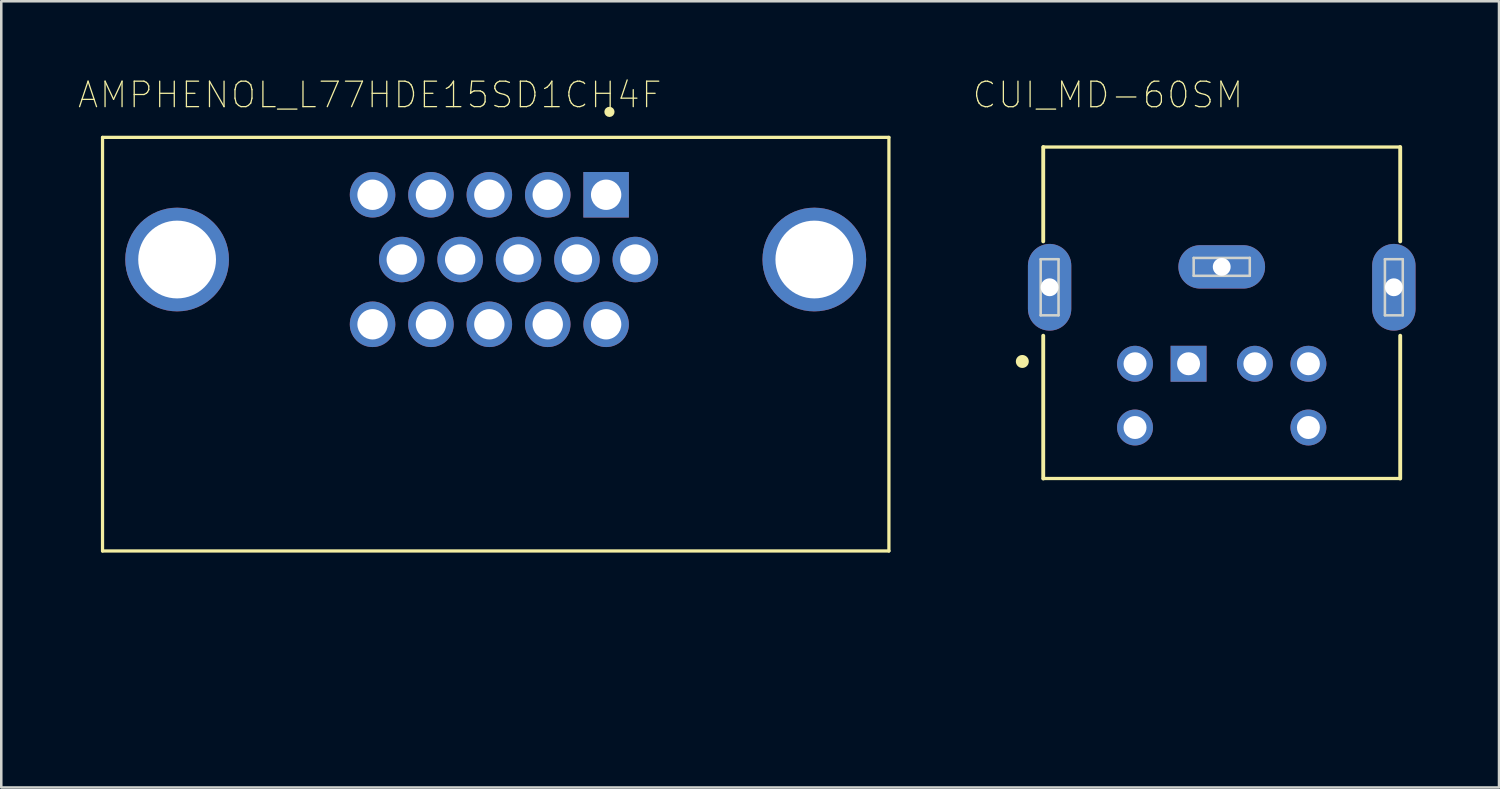
<source format=kicad_pcb>
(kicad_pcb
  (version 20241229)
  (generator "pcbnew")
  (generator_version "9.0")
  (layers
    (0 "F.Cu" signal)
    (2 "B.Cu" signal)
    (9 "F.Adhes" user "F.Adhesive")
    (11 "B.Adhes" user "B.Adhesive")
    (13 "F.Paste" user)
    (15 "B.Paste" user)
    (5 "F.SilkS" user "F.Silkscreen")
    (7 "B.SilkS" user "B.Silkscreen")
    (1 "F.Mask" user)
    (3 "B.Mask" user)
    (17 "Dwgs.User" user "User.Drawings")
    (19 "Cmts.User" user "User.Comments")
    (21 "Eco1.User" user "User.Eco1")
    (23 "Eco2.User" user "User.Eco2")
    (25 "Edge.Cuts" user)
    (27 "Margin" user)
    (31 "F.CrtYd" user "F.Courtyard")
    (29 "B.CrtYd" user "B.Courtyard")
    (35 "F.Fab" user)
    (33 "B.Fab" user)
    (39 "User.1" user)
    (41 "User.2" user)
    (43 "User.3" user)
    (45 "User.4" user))
  (footprint "AMPHENOL_L77HDE15SD1CH4F"
    (layer "F.Cu")
    (at 16.391 7.128)
    (property "Reference" "AMPHENOL_L77HDE15SD1CH4F" (at -4.94 -6.455 0) (layer "F.SilkS") (effects (font (size 1 1) (thickness 0.05))))
    (attr through_hole)
    (fp_line (start -15.42 -4.79) (end -15.42 11.43) (stroke (width 0.127) (type solid)) (layer "F.SilkS"))
    (fp_line (start -15.42 11.43) (end 15.42 11.43) (stroke (width 0.127) (type solid)) (layer "F.SilkS"))
    (fp_line (start 15.42 -4.79) (end -15.42 -4.79) (stroke (width 0.127) (type solid)) (layer "F.SilkS"))
    (fp_line (start 15.42 11.43) (end 15.42 -4.79) (stroke (width 0.127) (type solid)) (layer "F.SilkS"))
    (fp_circle (center 4.46 -5.79) (end 4.56 -5.79) (stroke (width 0.2) (type solid)) (fill no) (layer "F.SilkS"))
    (fp_line (start -15.67 -5.04) (end -15.67 11.68) (stroke (width 0.05) (type solid)) (layer "Eco1.User"))
    (fp_line (start -15.67 11.68) (end -8.38 11.68) (stroke (width 0.05) (type solid)) (layer "Eco1.User"))
    (fp_line (start -8.38 11.68) (end -8.38 17.68) (stroke (width 0.05) (type solid)) (layer "Eco1.User"))
    (fp_line (start -8.38 17.68) (end 8.38 17.68) (stroke (width 0.05) (type solid)) (layer "Eco1.User"))
    (fp_line (start 8.38 11.68) (end 15.67 11.68) (stroke (width 0.05) (type solid)) (layer "Eco1.User"))
    (fp_line (start 8.38 17.68) (end 8.38 11.68) (stroke (width 0.05) (type solid)) (layer "Eco1.User"))
    (fp_line (start 15.67 -5.04) (end -15.67 -5.04) (stroke (width 0.05) (type solid)) (layer "Eco1.User"))
    (fp_line (start 15.67 11.68) (end 15.67 -5.04) (stroke (width 0.05) (type solid)) (layer "Eco1.User"))
    (fp_line (start -15.42 -4.79) (end -15.42 11.43) (stroke (width 0.127) (type solid)) (layer "Eco2.User"))
    (fp_line (start -15.42 11.43) (end -8.13 11.43) (stroke (width 0.127) (type solid)) (layer "Eco2.User"))
    (fp_line (start -8.13 11.43) (end -8.13 17.43) (stroke (width 0.127) (type solid)) (layer "Eco2.User"))
    (fp_line (start -8.13 17.43) (end 8.13 17.43) (stroke (width 0.127) (type solid)) (layer "Eco2.User"))
    (fp_line (start 8.13 11.43) (end -8.13 11.43) (stroke (width 0.127) (type solid)) (layer "Eco2.User"))
    (fp_line (start 8.13 11.43) (end 15.42 11.43) (stroke (width 0.127) (type solid)) (layer "Eco2.User"))
    (fp_line (start 8.13 17.43) (end 8.13 11.43) (stroke (width 0.127) (type solid)) (layer "Eco2.User"))
    (fp_line (start 15.42 -4.79) (end -15.42 -4.79) (stroke (width 0.127) (type solid)) (layer "Eco2.User"))
    (fp_line (start 15.42 11.43) (end 15.42 -4.79) (stroke (width 0.127) (type solid)) (layer "Eco2.User"))
    (fp_circle (center 4.46 -5.79) (end 4.56 -5.79) (stroke (width 0.2) (type solid)) (fill no) (layer "Eco2.User"))
    (pad "1" thru_hole rect (at 4.33 -2.54) (size 1.785 1.785) (drill 1.19) (layers "*.Cu" "*.Mask"))
    (pad "2" thru_hole circle (at 2.04 -2.54) (size 1.785 1.785) (drill 1.19) (layers "*.Cu" "*.Mask"))
    (pad "3" thru_hole circle (at -0.25 -2.54) (size 1.785 1.785) (drill 1.19) (layers "*.Cu" "*.Mask"))
    (pad "4" thru_hole circle (at -2.54 -2.54) (size 1.785 1.785) (drill 1.19) (layers "*.Cu" "*.Mask"))
    (pad "5" thru_hole circle (at -4.83 -2.54) (size 1.785 1.785) (drill 1.19) (layers "*.Cu" "*.Mask"))
    (pad "6" thru_hole circle (at 5.475 0) (size 1.785 1.785) (drill 1.19) (layers "*.Cu" "*.Mask"))
    (pad "7" thru_hole circle (at 3.185 0) (size 1.785 1.785) (drill 1.19) (layers "*.Cu" "*.Mask"))
    (pad "8" thru_hole circle (at 0.895 0) (size 1.785 1.785) (drill 1.19) (layers "*.Cu" "*.Mask"))
    (pad "9" thru_hole circle (at -1.395 0) (size 1.785 1.785) (drill 1.19) (layers "*.Cu" "*.Mask"))
    (pad "10" thru_hole circle (at -3.685 0) (size 1.785 1.785) (drill 1.19) (layers "*.Cu" "*.Mask"))
    (pad "11" thru_hole circle (at 4.33 2.54) (size 1.785 1.785) (drill 1.19) (layers "*.Cu" "*.Mask"))
    (pad "12" thru_hole circle (at 2.04 2.54) (size 1.785 1.785) (drill 1.19) (layers "*.Cu" "*.Mask"))
    (pad "13" thru_hole circle (at -0.25 2.54) (size 1.785 1.785) (drill 1.19) (layers "*.Cu" "*.Mask"))
    (pad "14" thru_hole circle (at -2.54 2.54) (size 1.785 1.785) (drill 1.19) (layers "*.Cu" "*.Mask"))
    (pad "15" thru_hole circle (at -4.83 2.54) (size 1.785 1.785) (drill 1.19) (layers "*.Cu" "*.Mask"))
    (pad "S1" thru_hole circle (at -12.495 0) (size 4.066 4.066) (drill 3.05) (layers "*.Cu" "*.Mask"))
    (pad "S2" thru_hole circle (at 12.495 0) (size 4.066 4.066) (drill 3.05) (layers "*.Cu" "*.Mask")))
  (footprint "CUI_MD-60SM"
    (layer "F.Cu")
    (at 44.863 9.216)
    (property "Reference" "CUI_MD-60SM" (at -4.464 -8.542 0) (layer "F.SilkS") (effects (font (size 1.001 1.001) (thickness 0.05))))
    (attr through_hole)
    (fp_line (start -7 -6.5) (end -7 -2.8) (stroke (width 0.152) (type solid)) (layer "F.SilkS"))
    (fp_line (start -7 -6.5) (end 7 -6.5) (stroke (width 0.127) (type solid)) (layer "F.SilkS"))
    (fp_line (start -7 6.5) (end -7 0.9) (stroke (width 0.152) (type solid)) (layer "F.SilkS"))
    (fp_line (start 7 -6.5) (end 7 -2.8) (stroke (width 0.152) (type solid)) (layer "F.SilkS"))
    (fp_line (start 7 6.5) (end -7 6.5) (stroke (width 0.127) (type solid)) (layer "F.SilkS"))
    (fp_line (start 7 6.5) (end 7 0.9) (stroke (width 0.152) (type solid)) (layer "F.SilkS"))
    (fp_circle (center -7.82 1.91) (end -7.566 1.91) (stroke (width 0) (type solid)) (fill yes) (layer "F.SilkS"))
    (fp_line (start -7.85 -2.8) (end -7.3 -2.8) (stroke (width 0.05) (type solid)) (layer "Eco1.User"))
    (fp_line (start -7.85 0.9) (end -7.85 -2.8) (stroke (width 0.05) (type solid)) (layer "Eco1.User"))
    (fp_line (start -7.3 -6.75) (end 7.3 -6.75) (stroke (width 0.05) (type solid)) (layer "Eco1.User"))
    (fp_line (start -7.3 -2.8) (end -7.3 -6.75) (stroke (width 0.05) (type solid)) (layer "Eco1.User"))
    (fp_line (start -7.3 0.9) (end -7.85 0.9) (stroke (width 0.05) (type solid)) (layer "Eco1.User"))
    (fp_line (start -7.3 6.75) (end -7.3 0.9) (stroke (width 0.05) (type solid)) (layer "Eco1.User"))
    (fp_line (start 7.3 -6.75) (end 7.3 -2.8) (stroke (width 0.05) (type solid)) (layer "Eco1.User"))
    (fp_line (start 7.3 -2.8) (end 7.85 -2.8) (stroke (width 0.05) (type solid)) (layer "Eco1.User"))
    (fp_line (start 7.3 0.9) (end 7.3 6.75) (stroke (width 0.05) (type solid)) (layer "Eco1.User"))
    (fp_line (start 7.3 6.75) (end -7.3 6.75) (stroke (width 0.05) (type solid)) (layer "Eco1.User"))
    (fp_line (start 7.85 -2.8) (end 7.85 0.9) (stroke (width 0.05) (type solid)) (layer "Eco1.User"))
    (fp_line (start 7.85 0.9) (end 7.3 0.9) (stroke (width 0.05) (type solid)) (layer "Eco1.User"))
    (fp_line (start -7 -6.5) (end -3.5 -6.5) (stroke (width 0.152) (type solid)) (layer "Eco2.User"))
    (fp_line (start -7 6.5) (end -7 -6.5) (stroke (width 0.152) (type solid)) (layer "Eco2.User"))
    (fp_line (start -3.5 -6.5) (end -3.5 -0.5) (stroke (width 0.152) (type solid)) (layer "Eco2.User"))
    (fp_line (start -3.5 -6.5) (end 3.5 -6.5) (stroke (width 0.152) (type solid)) (layer "Eco2.User"))
    (fp_line (start -3.5 -0.5) (end 3.5 -0.5) (stroke (width 0.152) (type solid)) (layer "Eco2.User"))
    (fp_line (start -1.448 -6.42) (end -1.448 -5.612) (stroke (width 0.152) (type solid)) (layer "Eco2.User"))
    (fp_line (start -1.448 -5.612) (end 1.448 -5.612) (stroke (width 0.152) (type solid)) (layer "Eco2.User"))
    (fp_line (start 1.448 -5.612) (end 1.448 -6.42) (stroke (width 0.152) (type solid)) (layer "Eco2.User"))
    (fp_line (start 3.5 -6.5) (end 7 -6.5) (stroke (width 0.152) (type solid)) (layer "Eco2.User"))
    (fp_line (start 3.5 -0.5) (end 3.5 -6.5) (stroke (width 0.152) (type solid)) (layer "Eco2.User"))
    (fp_line (start 7 -6.5) (end 7 6.5) (stroke (width 0.152) (type solid)) (layer "Eco2.User"))
    (fp_line (start 7 6.5) (end -7 6.5) (stroke (width 0.152) (type solid)) (layer "Eco2.User"))
    (fp_circle (center -7.82 1.91) (end -7.62 1.91) (stroke (width 0) (type solid)) (fill yes) (layer "Eco2.User"))
    (fp_line (start -7.1 -2.1) (end -6.4 -2.1) (stroke (width 0.1) (type solid)) (layer "Edge.Cuts"))
    (fp_line (start -7.1 0.1) (end -7.1 -2.1) (stroke (width 0.1) (type solid)) (layer "Edge.Cuts"))
    (fp_line (start -6.4 -2.1) (end -6.4 0.1) (stroke (width 0.1) (type solid)) (layer "Edge.Cuts"))
    (fp_line (start -6.4 0.1) (end -7.1 0.1) (stroke (width 0.1) (type solid)) (layer "Edge.Cuts"))
    (fp_line (start -1.1 -2.15) (end 1.1 -2.15) (stroke (width 0.1) (type solid)) (layer "Edge.Cuts"))
    (fp_line (start -1.1 -1.45) (end -1.1 -2.15) (stroke (width 0.1) (type solid)) (layer "Edge.Cuts"))
    (fp_line (start 1.1 -2.15) (end 1.1 -1.45) (stroke (width 0.1) (type solid)) (layer "Edge.Cuts"))
    (fp_line (start 1.1 -1.45) (end -1.1 -1.45) (stroke (width 0.1) (type solid)) (layer "Edge.Cuts"))
    (fp_line (start 6.4 -2.1) (end 7.1 -2.1) (stroke (width 0.1) (type solid)) (layer "Edge.Cuts"))
    (fp_line (start 6.4 0.1) (end 6.4 -2.1) (stroke (width 0.1) (type solid)) (layer "Edge.Cuts"))
    (fp_line (start 7.1 -2.1) (end 7.1 0.1) (stroke (width 0.1) (type solid)) (layer "Edge.Cuts"))
    (fp_line (start 7.1 0.1) (end 6.4 0.1) (stroke (width 0.1) (type solid)) (layer "Edge.Cuts"))
    (fp_text user "PANEL~{FRONT}" (at -1.092 -5.888 0) (layer "Edge.Cuts") (effects (font (size 1 1) (thickness 0.05))))
    (pad "1" thru_hole rect (at -1.3 2) (size 1.408 1.408) (drill 0.9) (layers "*.Cu" "*.Mask"))
    (pad "2" thru_hole circle (at 1.3 2) (size 1.408 1.408) (drill 0.9) (layers "*.Cu" "*.Mask"))
    (pad "3" thru_hole circle (at -3.4 2) (size 1.408 1.408) (drill 0.9) (layers "*.Cu" "*.Mask"))
    (pad "4" thru_hole circle (at 3.4 2) (size 1.408 1.408) (drill 0.9) (layers "*.Cu" "*.Mask"))
    (pad "5" thru_hole circle (at -3.4 4.5) (size 1.408 1.408) (drill 0.9) (layers "*.Cu" "*.Mask"))
    (pad "6" thru_hole circle (at 3.4 4.5) (size 1.408 1.408) (drill 0.9) (layers "*.Cu" "*.Mask"))
    (pad "S1" thru_hole oval (at 0 -1.8) (size 3.4 1.7) (drill 0.7) (layers "*.Cu" "*.Mask"))
    (pad "S2" thru_hole oval (at -6.75 -1 90) (size 3.4 1.7) (drill 0.7) (layers "*.Cu" "*.Mask"))
    (pad "S3" thru_hole oval (at 6.75 -1 90) (size 3.4 1.7) (drill 0.7) (layers "*.Cu" "*.Mask")))
  (gr_rect
    (start -3 -3)
    (end 55.738 27.833)
    (stroke (width 0.1) (type default))
    (fill no)
    (layer "Edge.Cuts")))
</source>
